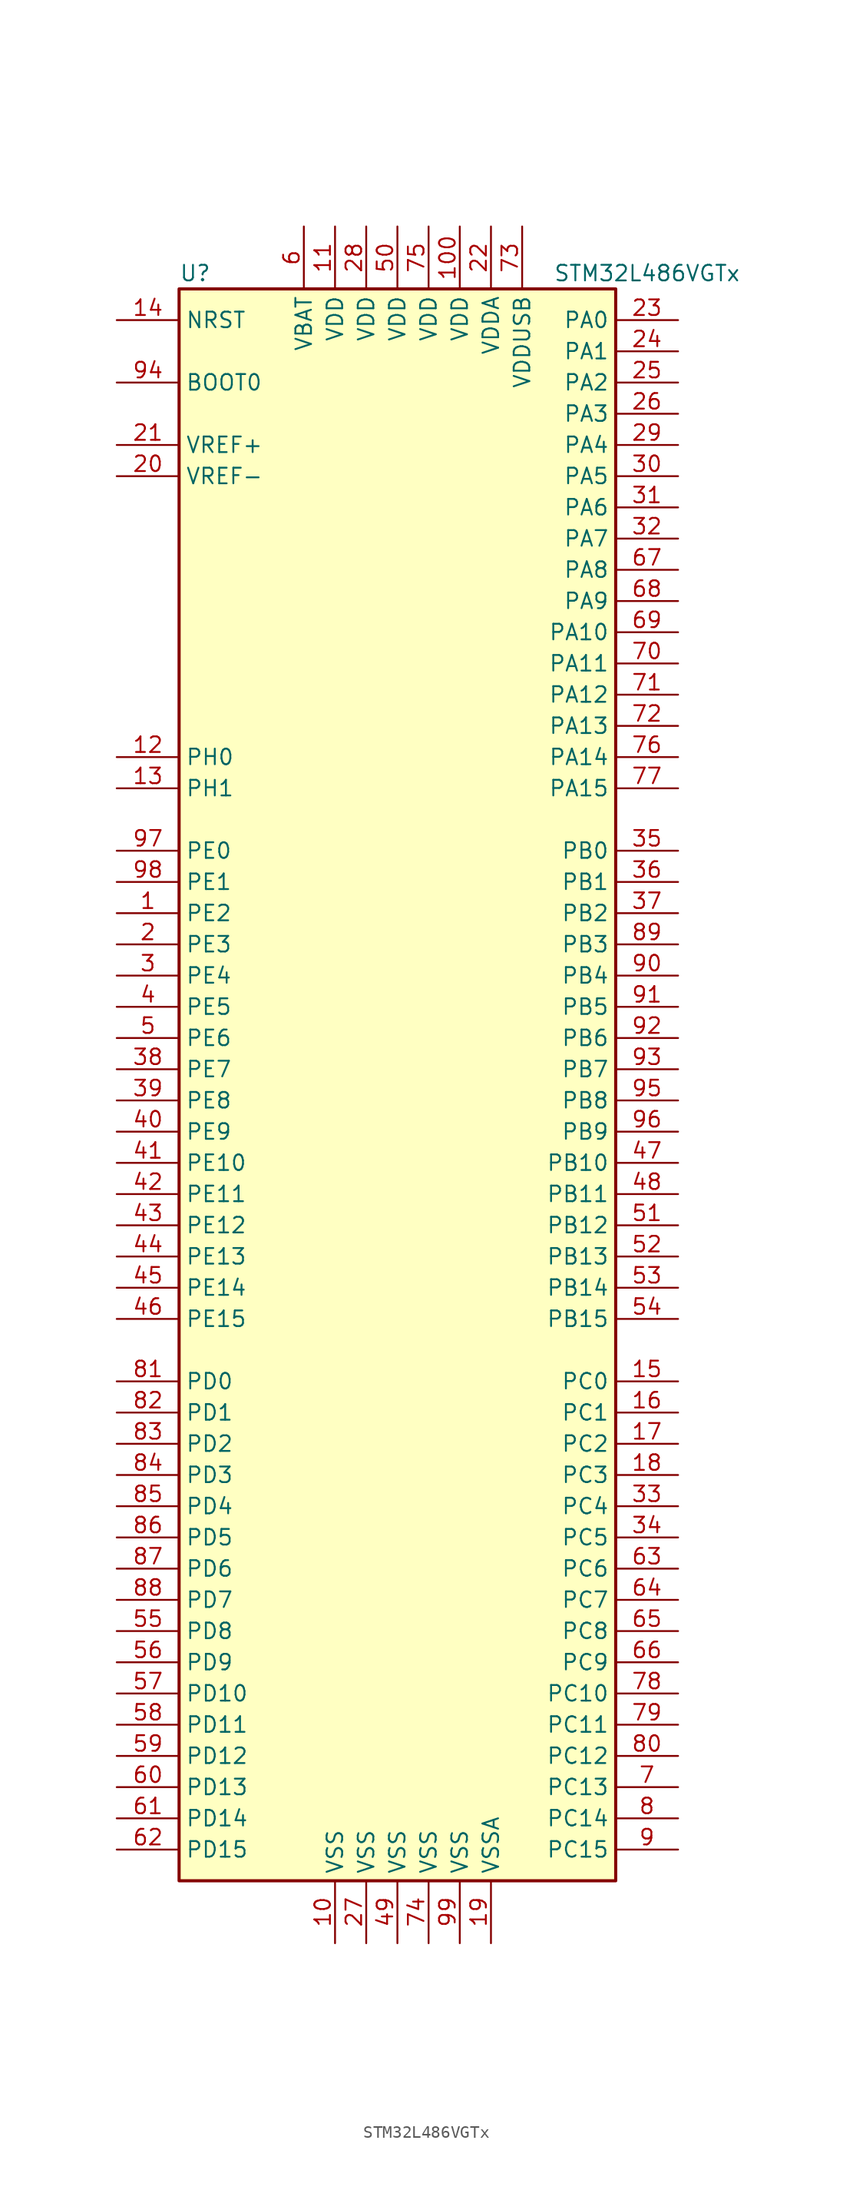
<source format=kicad_sym>
(kicad_symbol_lib
  (version 20201005)
  (generator kicad_symbol_editor)
  (symbol "STM32L486VGTx"
    (property "Reference" "U"
      (at -17.78 64.77 0)
      (effects (font (size 1.27 1.27)) (justify left)))
    (property "Value" "STM32L486VGTx"
      (at 12.7 64.77 0)
      (effects (font (size 1.27 1.27)) (justify left)))
    (symbol "STM32L486VGTx_0_1"
      (rectangle (start -17.78 -66.04) (end 17.78 63.5) (stroke (width 0.254)) (fill (type background))))
    (symbol "STM32L486VGTx_1_1"
      (pin bidirectional line (at -22.86 12.7 0) (length 5.08) (name "PE2" (effects (font (size 1.27 1.27)))) (number "1" (effects (font (size 1.27 1.27)))))
      (pin power_in line (at -5.08 -71.12 90) (length 5.08) (name "VSS" (effects (font (size 1.27 1.27)))) (number "10" (effects (font (size 1.27 1.27)))))
      (pin power_in line (at 5.08 68.58 270) (length 5.08) (name "VDD" (effects (font (size 1.27 1.27)))) (number "100" (effects (font (size 1.27 1.27)))))
      (pin power_in line (at -5.08 68.58 270) (length 5.08) (name "VDD" (effects (font (size 1.27 1.27)))) (number "11" (effects (font (size 1.27 1.27)))))
      (pin input line (at -22.86 25.4 0) (length 5.08) (name "PH0" (effects (font (size 1.27 1.27)))) (number "12" (effects (font (size 1.27 1.27)))))
      (pin input line (at -22.86 22.86 0) (length 5.08) (name "PH1" (effects (font (size 1.27 1.27)))) (number "13" (effects (font (size 1.27 1.27)))))
      (pin input line (at -22.86 60.96 0) (length 5.08) (name "NRST" (effects (font (size 1.27 1.27)))) (number "14" (effects (font (size 1.27 1.27)))))
      (pin bidirectional line (at 22.86 -25.4 180) (length 5.08) (name "PC0" (effects (font (size 1.27 1.27)))) (number "15" (effects (font (size 1.27 1.27)))))
      (pin bidirectional line (at 22.86 -27.94 180) (length 5.08) (name "PC1" (effects (font (size 1.27 1.27)))) (number "16" (effects (font (size 1.27 1.27)))))
      (pin bidirectional line (at 22.86 -30.48 180) (length 5.08) (name "PC2" (effects (font (size 1.27 1.27)))) (number "17" (effects (font (size 1.27 1.27)))))
      (pin bidirectional line (at 22.86 -33.02 180) (length 5.08) (name "PC3" (effects (font (size 1.27 1.27)))) (number "18" (effects (font (size 1.27 1.27)))))
      (pin power_in line (at 7.62 -71.12 90) (length 5.08) (name "VSSA" (effects (font (size 1.27 1.27)))) (number "19" (effects (font (size 1.27 1.27)))))
      (pin bidirectional line (at -22.86 10.16 0) (length 5.08) (name "PE3" (effects (font (size 1.27 1.27)))) (number "2" (effects (font (size 1.27 1.27)))))
      (pin power_in line (at -22.86 48.26 0) (length 5.08) (name "VREF-" (effects (font (size 1.27 1.27)))) (number "20" (effects (font (size 1.27 1.27)))))
      (pin bidirectional line (at -22.86 50.8 0) (length 5.08) (name "VREF+" (effects (font (size 1.27 1.27)))) (number "21" (effects (font (size 1.27 1.27)))))
      (pin power_in line (at 7.62 68.58 270) (length 5.08) (name "VDDA" (effects (font (size 1.27 1.27)))) (number "22" (effects (font (size 1.27 1.27)))))
      (pin bidirectional line (at 22.86 60.96 180) (length 5.08) (name "PA0" (effects (font (size 1.27 1.27)))) (number "23" (effects (font (size 1.27 1.27)))))
      (pin bidirectional line (at 22.86 58.42 180) (length 5.08) (name "PA1" (effects (font (size 1.27 1.27)))) (number "24" (effects (font (size 1.27 1.27)))))
      (pin bidirectional line (at 22.86 55.88 180) (length 5.08) (name "PA2" (effects (font (size 1.27 1.27)))) (number "25" (effects (font (size 1.27 1.27)))))
      (pin bidirectional line (at 22.86 53.34 180) (length 5.08) (name "PA3" (effects (font (size 1.27 1.27)))) (number "26" (effects (font (size 1.27 1.27)))))
      (pin power_in line (at -2.54 -71.12 90) (length 5.08) (name "VSS" (effects (font (size 1.27 1.27)))) (number "27" (effects (font (size 1.27 1.27)))))
      (pin power_in line (at -2.54 68.58 270) (length 5.08) (name "VDD" (effects (font (size 1.27 1.27)))) (number "28" (effects (font (size 1.27 1.27)))))
      (pin bidirectional line (at 22.86 50.8 180) (length 5.08) (name "PA4" (effects (font (size 1.27 1.27)))) (number "29" (effects (font (size 1.27 1.27)))))
      (pin bidirectional line (at -22.86 7.62 0) (length 5.08) (name "PE4" (effects (font (size 1.27 1.27)))) (number "3" (effects (font (size 1.27 1.27)))))
      (pin bidirectional line (at 22.86 48.26 180) (length 5.08) (name "PA5" (effects (font (size 1.27 1.27)))) (number "30" (effects (font (size 1.27 1.27)))))
      (pin bidirectional line (at 22.86 45.72 180) (length 5.08) (name "PA6" (effects (font (size 1.27 1.27)))) (number "31" (effects (font (size 1.27 1.27)))))
      (pin bidirectional line (at 22.86 43.18 180) (length 5.08) (name "PA7" (effects (font (size 1.27 1.27)))) (number "32" (effects (font (size 1.27 1.27)))))
      (pin bidirectional line (at 22.86 -35.56 180) (length 5.08) (name "PC4" (effects (font (size 1.27 1.27)))) (number "33" (effects (font (size 1.27 1.27)))))
      (pin bidirectional line (at 22.86 -38.1 180) (length 5.08) (name "PC5" (effects (font (size 1.27 1.27)))) (number "34" (effects (font (size 1.27 1.27)))))
      (pin bidirectional line (at 22.86 17.78 180) (length 5.08) (name "PB0" (effects (font (size 1.27 1.27)))) (number "35" (effects (font (size 1.27 1.27)))))
      (pin bidirectional line (at 22.86 15.24 180) (length 5.08) (name "PB1" (effects (font (size 1.27 1.27)))) (number "36" (effects (font (size 1.27 1.27)))))
      (pin bidirectional line (at 22.86 12.7 180) (length 5.08) (name "PB2" (effects (font (size 1.27 1.27)))) (number "37" (effects (font (size 1.27 1.27)))))
      (pin bidirectional line (at -22.86 0 0) (length 5.08) (name "PE7" (effects (font (size 1.27 1.27)))) (number "38" (effects (font (size 1.27 1.27)))))
      (pin bidirectional line (at -22.86 -2.54 0) (length 5.08) (name "PE8" (effects (font (size 1.27 1.27)))) (number "39" (effects (font (size 1.27 1.27)))))
      (pin bidirectional line (at -22.86 5.08 0) (length 5.08) (name "PE5" (effects (font (size 1.27 1.27)))) (number "4" (effects (font (size 1.27 1.27)))))
      (pin bidirectional line (at -22.86 -5.08 0) (length 5.08) (name "PE9" (effects (font (size 1.27 1.27)))) (number "40" (effects (font (size 1.27 1.27)))))
      (pin bidirectional line (at -22.86 -7.62 0) (length 5.08) (name "PE10" (effects (font (size 1.27 1.27)))) (number "41" (effects (font (size 1.27 1.27)))))
      (pin bidirectional line (at -22.86 -10.16 0) (length 5.08) (name "PE11" (effects (font (size 1.27 1.27)))) (number "42" (effects (font (size 1.27 1.27)))))
      (pin bidirectional line (at -22.86 -12.7 0) (length 5.08) (name "PE12" (effects (font (size 1.27 1.27)))) (number "43" (effects (font (size 1.27 1.27)))))
      (pin bidirectional line (at -22.86 -15.24 0) (length 5.08) (name "PE13" (effects (font (size 1.27 1.27)))) (number "44" (effects (font (size 1.27 1.27)))))
      (pin bidirectional line (at -22.86 -17.78 0) (length 5.08) (name "PE14" (effects (font (size 1.27 1.27)))) (number "45" (effects (font (size 1.27 1.27)))))
      (pin bidirectional line (at -22.86 -20.32 0) (length 5.08) (name "PE15" (effects (font (size 1.27 1.27)))) (number "46" (effects (font (size 1.27 1.27)))))
      (pin bidirectional line (at 22.86 -7.62 180) (length 5.08) (name "PB10" (effects (font (size 1.27 1.27)))) (number "47" (effects (font (size 1.27 1.27)))))
      (pin bidirectional line (at 22.86 -10.16 180) (length 5.08) (name "PB11" (effects (font (size 1.27 1.27)))) (number "48" (effects (font (size 1.27 1.27)))))
      (pin power_in line (at 0 -71.12 90) (length 5.08) (name "VSS" (effects (font (size 1.27 1.27)))) (number "49" (effects (font (size 1.27 1.27)))))
      (pin bidirectional line (at -22.86 2.54 0) (length 5.08) (name "PE6" (effects (font (size 1.27 1.27)))) (number "5" (effects (font (size 1.27 1.27)))))
      (pin power_in line (at 0 68.58 270) (length 5.08) (name "VDD" (effects (font (size 1.27 1.27)))) (number "50" (effects (font (size 1.27 1.27)))))
      (pin bidirectional line (at 22.86 -12.7 180) (length 5.08) (name "PB12" (effects (font (size 1.27 1.27)))) (number "51" (effects (font (size 1.27 1.27)))))
      (pin bidirectional line (at 22.86 -15.24 180) (length 5.08) (name "PB13" (effects (font (size 1.27 1.27)))) (number "52" (effects (font (size 1.27 1.27)))))
      (pin bidirectional line (at 22.86 -17.78 180) (length 5.08) (name "PB14" (effects (font (size 1.27 1.27)))) (number "53" (effects (font (size 1.27 1.27)))))
      (pin bidirectional line (at 22.86 -20.32 180) (length 5.08) (name "PB15" (effects (font (size 1.27 1.27)))) (number "54" (effects (font (size 1.27 1.27)))))
      (pin bidirectional line (at -22.86 -45.72 0) (length 5.08) (name "PD8" (effects (font (size 1.27 1.27)))) (number "55" (effects (font (size 1.27 1.27)))))
      (pin bidirectional line (at -22.86 -48.26 0) (length 5.08) (name "PD9" (effects (font (size 1.27 1.27)))) (number "56" (effects (font (size 1.27 1.27)))))
      (pin bidirectional line (at -22.86 -50.8 0) (length 5.08) (name "PD10" (effects (font (size 1.27 1.27)))) (number "57" (effects (font (size 1.27 1.27)))))
      (pin bidirectional line (at -22.86 -53.34 0) (length 5.08) (name "PD11" (effects (font (size 1.27 1.27)))) (number "58" (effects (font (size 1.27 1.27)))))
      (pin bidirectional line (at -22.86 -55.88 0) (length 5.08) (name "PD12" (effects (font (size 1.27 1.27)))) (number "59" (effects (font (size 1.27 1.27)))))
      (pin power_in line (at -7.62 68.58 270) (length 5.08) (name "VBAT" (effects (font (size 1.27 1.27)))) (number "6" (effects (font (size 1.27 1.27)))))
      (pin bidirectional line (at -22.86 -58.42 0) (length 5.08) (name "PD13" (effects (font (size 1.27 1.27)))) (number "60" (effects (font (size 1.27 1.27)))))
      (pin bidirectional line (at -22.86 -60.96 0) (length 5.08) (name "PD14" (effects (font (size 1.27 1.27)))) (number "61" (effects (font (size 1.27 1.27)))))
      (pin bidirectional line (at -22.86 -63.5 0) (length 5.08) (name "PD15" (effects (font (size 1.27 1.27)))) (number "62" (effects (font (size 1.27 1.27)))))
      (pin bidirectional line (at 22.86 -40.64 180) (length 5.08) (name "PC6" (effects (font (size 1.27 1.27)))) (number "63" (effects (font (size 1.27 1.27)))))
      (pin bidirectional line (at 22.86 -43.18 180) (length 5.08) (name "PC7" (effects (font (size 1.27 1.27)))) (number "64" (effects (font (size 1.27 1.27)))))
      (pin bidirectional line (at 22.86 -45.72 180) (length 5.08) (name "PC8" (effects (font (size 1.27 1.27)))) (number "65" (effects (font (size 1.27 1.27)))))
      (pin bidirectional line (at 22.86 -48.26 180) (length 5.08) (name "PC9" (effects (font (size 1.27 1.27)))) (number "66" (effects (font (size 1.27 1.27)))))
      (pin bidirectional line (at 22.86 40.64 180) (length 5.08) (name "PA8" (effects (font (size 1.27 1.27)))) (number "67" (effects (font (size 1.27 1.27)))))
      (pin bidirectional line (at 22.86 38.1 180) (length 5.08) (name "PA9" (effects (font (size 1.27 1.27)))) (number "68" (effects (font (size 1.27 1.27)))))
      (pin bidirectional line (at 22.86 35.56 180) (length 5.08) (name "PA10" (effects (font (size 1.27 1.27)))) (number "69" (effects (font (size 1.27 1.27)))))
      (pin bidirectional line (at 22.86 -58.42 180) (length 5.08) (name "PC13" (effects (font (size 1.27 1.27)))) (number "7" (effects (font (size 1.27 1.27)))))
      (pin bidirectional line (at 22.86 33.02 180) (length 5.08) (name "PA11" (effects (font (size 1.27 1.27)))) (number "70" (effects (font (size 1.27 1.27)))))
      (pin bidirectional line (at 22.86 30.48 180) (length 5.08) (name "PA12" (effects (font (size 1.27 1.27)))) (number "71" (effects (font (size 1.27 1.27)))))
      (pin bidirectional line (at 22.86 27.94 180) (length 5.08) (name "PA13" (effects (font (size 1.27 1.27)))) (number "72" (effects (font (size 1.27 1.27)))))
      (pin power_in line (at 10.16 68.58 270) (length 5.08) (name "VDDUSB" (effects (font (size 1.27 1.27)))) (number "73" (effects (font (size 1.27 1.27)))))
      (pin power_in line (at 2.54 -71.12 90) (length 5.08) (name "VSS" (effects (font (size 1.27 1.27)))) (number "74" (effects (font (size 1.27 1.27)))))
      (pin power_in line (at 2.54 68.58 270) (length 5.08) (name "VDD" (effects (font (size 1.27 1.27)))) (number "75" (effects (font (size 1.27 1.27)))))
      (pin bidirectional line (at 22.86 25.4 180) (length 5.08) (name "PA14" (effects (font (size 1.27 1.27)))) (number "76" (effects (font (size 1.27 1.27)))))
      (pin bidirectional line (at 22.86 22.86 180) (length 5.08) (name "PA15" (effects (font (size 1.27 1.27)))) (number "77" (effects (font (size 1.27 1.27)))))
      (pin bidirectional line (at 22.86 -50.8 180) (length 5.08) (name "PC10" (effects (font (size 1.27 1.27)))) (number "78" (effects (font (size 1.27 1.27)))))
      (pin bidirectional line (at 22.86 -53.34 180) (length 5.08) (name "PC11" (effects (font (size 1.27 1.27)))) (number "79" (effects (font (size 1.27 1.27)))))
      (pin bidirectional line (at 22.86 -60.96 180) (length 5.08) (name "PC14" (effects (font (size 1.27 1.27)))) (number "8" (effects (font (size 1.27 1.27)))))
      (pin bidirectional line (at 22.86 -55.88 180) (length 5.08) (name "PC12" (effects (font (size 1.27 1.27)))) (number "80" (effects (font (size 1.27 1.27)))))
      (pin bidirectional line (at -22.86 -25.4 0) (length 5.08) (name "PD0" (effects (font (size 1.27 1.27)))) (number "81" (effects (font (size 1.27 1.27)))))
      (pin bidirectional line (at -22.86 -27.94 0) (length 5.08) (name "PD1" (effects (font (size 1.27 1.27)))) (number "82" (effects (font (size 1.27 1.27)))))
      (pin bidirectional line (at -22.86 -30.48 0) (length 5.08) (name "PD2" (effects (font (size 1.27 1.27)))) (number "83" (effects (font (size 1.27 1.27)))))
      (pin bidirectional line (at -22.86 -33.02 0) (length 5.08) (name "PD3" (effects (font (size 1.27 1.27)))) (number "84" (effects (font (size 1.27 1.27)))))
      (pin bidirectional line (at -22.86 -35.56 0) (length 5.08) (name "PD4" (effects (font (size 1.27 1.27)))) (number "85" (effects (font (size 1.27 1.27)))))
      (pin bidirectional line (at -22.86 -38.1 0) (length 5.08) (name "PD5" (effects (font (size 1.27 1.27)))) (number "86" (effects (font (size 1.27 1.27)))))
      (pin bidirectional line (at -22.86 -40.64 0) (length 5.08) (name "PD6" (effects (font (size 1.27 1.27)))) (number "87" (effects (font (size 1.27 1.27)))))
      (pin bidirectional line (at -22.86 -43.18 0) (length 5.08) (name "PD7" (effects (font (size 1.27 1.27)))) (number "88" (effects (font (size 1.27 1.27)))))
      (pin bidirectional line (at 22.86 10.16 180) (length 5.08) (name "PB3" (effects (font (size 1.27 1.27)))) (number "89" (effects (font (size 1.27 1.27)))))
      (pin bidirectional line (at 22.86 -63.5 180) (length 5.08) (name "PC15" (effects (font (size 1.27 1.27)))) (number "9" (effects (font (size 1.27 1.27)))))
      (pin bidirectional line (at 22.86 7.62 180) (length 5.08) (name "PB4" (effects (font (size 1.27 1.27)))) (number "90" (effects (font (size 1.27 1.27)))))
      (pin bidirectional line (at 22.86 5.08 180) (length 5.08) (name "PB5" (effects (font (size 1.27 1.27)))) (number "91" (effects (font (size 1.27 1.27)))))
      (pin bidirectional line (at 22.86 2.54 180) (length 5.08) (name "PB6" (effects (font (size 1.27 1.27)))) (number "92" (effects (font (size 1.27 1.27)))))
      (pin bidirectional line (at 22.86 0 180) (length 5.08) (name "PB7" (effects (font (size 1.27 1.27)))) (number "93" (effects (font (size 1.27 1.27)))))
      (pin input line (at -22.86 55.88 0) (length 5.08) (name "BOOT0" (effects (font (size 1.27 1.27)))) (number "94" (effects (font (size 1.27 1.27)))))
      (pin bidirectional line (at 22.86 -2.54 180) (length 5.08) (name "PB8" (effects (font (size 1.27 1.27)))) (number "95" (effects (font (size 1.27 1.27)))))
      (pin bidirectional line (at 22.86 -5.08 180) (length 5.08) (name "PB9" (effects (font (size 1.27 1.27)))) (number "96" (effects (font (size 1.27 1.27)))))
      (pin bidirectional line (at -22.86 17.78 0) (length 5.08) (name "PE0" (effects (font (size 1.27 1.27)))) (number "97" (effects (font (size 1.27 1.27)))))
      (pin bidirectional line (at -22.86 15.24 0) (length 5.08) (name "PE1" (effects (font (size 1.27 1.27)))) (number "98" (effects (font (size 1.27 1.27)))))
      (pin power_in line (at 5.08 -71.12 90) (length 5.08) (name "VSS" (effects (font (size 1.27 1.27)))) (number "99" (effects (font (size 1.27 1.27))))))))
</source>
